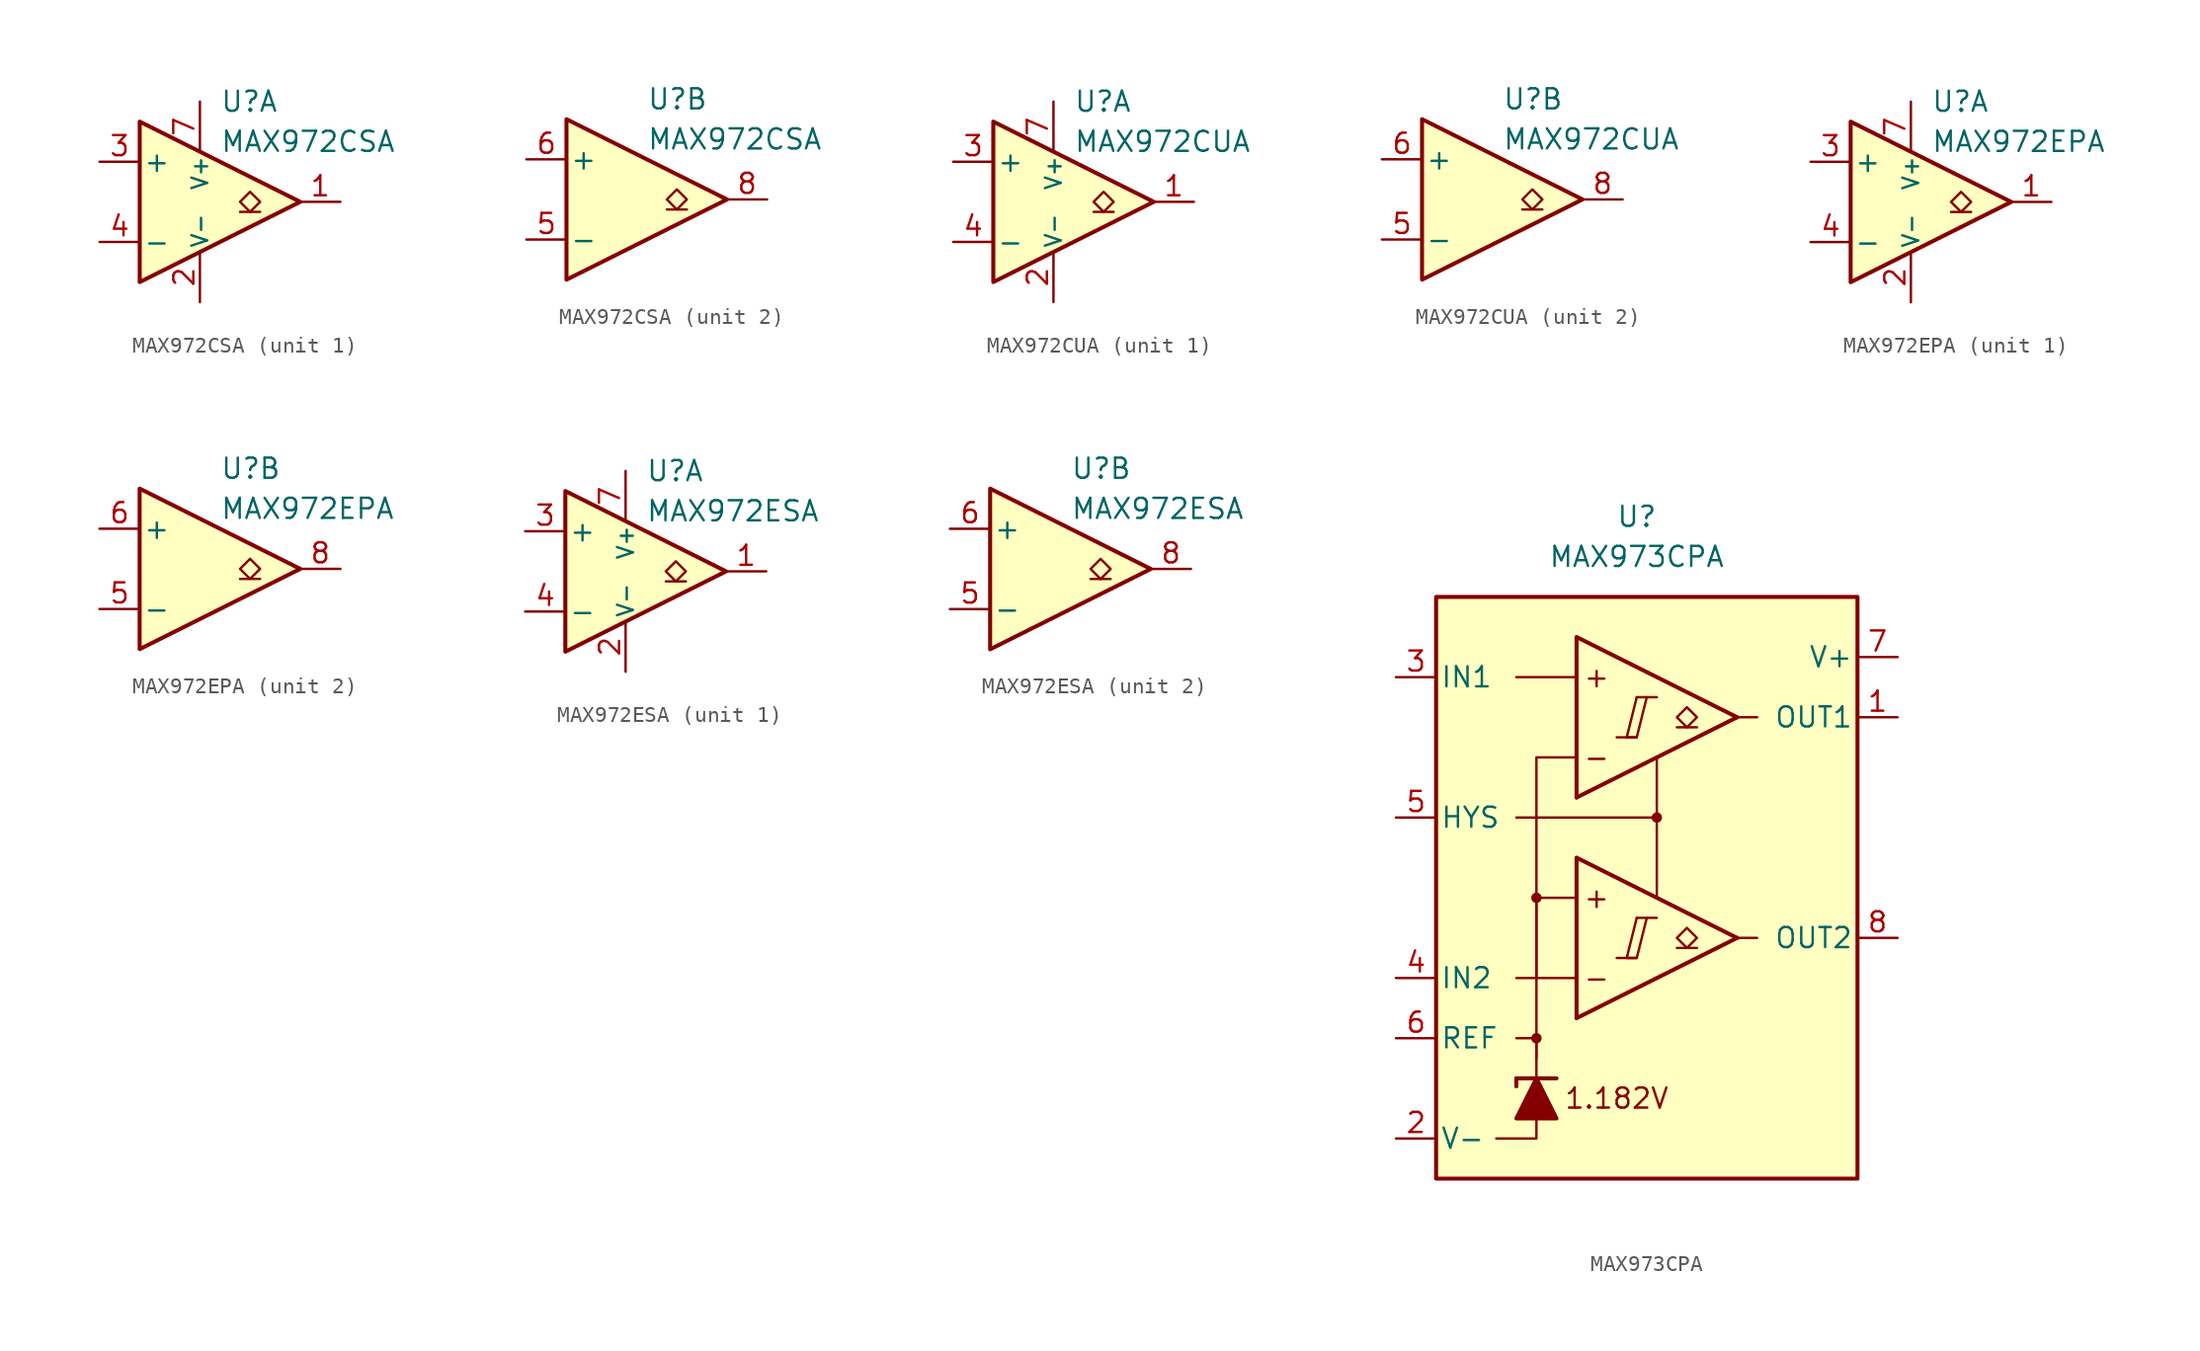
<source format=kicad_sym>
(kicad_symbol_lib
  (version 20231120)
  (generator "kicad_symbol_editor")
  (generator_version "8.0")
  (symbol "MAX972CSA"
    (pin_names
      (offset 0.2))
    (property "Reference" "U"
      (at 1.27 6.35 0)
      (effects (font (size 1.27 1.27)) (justify left)))
    (property "Value" "MAX972CSA"
      (at 1.27 3.81 0)
      (effects (font (size 1.27 1.27)) (justify left)))
    (property "ki_locked" ""
      (at 0 0 0)
      (effects (font (size 1.27 1.27))))
    (symbol "MAX972CSA_0_1"
      (polyline (pts (xy -3.81 5.08) (xy -3.81 -5.08) (xy 6.35 0) (xy -3.81 5.08)) (stroke (width 0.254) (type default)) (fill (type background))))
    (symbol "MAX972CSA_1_1"
      (polyline (pts (xy 3.81 -0.635) (xy 2.54 -0.635)) (stroke (width 0.152) (type default)) (fill (type none)))
      (polyline (pts (xy 3.175 -0.635) (xy 2.54 0) (xy 3.175 0.635) (xy 3.81 0) (xy 3.175 -0.635)) (stroke (width 0.152) (type default)) (fill (type none)))
      (pin output line (at 8.89 0 180) (length 2.54) (name "~" (effects (font (size 1.27 1.27)))) (number "1" (effects (font (size 1.27 1.27)))))
      (pin power_in line (at 0 -6.35 90) (length 3.18) (name "V-" (effects (font (size 1 1)))) (number "2" (effects (font (size 1.27 1.27)))))
      (pin input line (at -6.35 2.54 0) (length 2.54) (name "+" (effects (font (size 1.27 1.27)))) (number "3" (effects (font (size 1.27 1.27)))))
      (pin input line (at -6.35 -2.54 0) (length 2.54) (name "-" (effects (font (size 1.27 1.27)))) (number "4" (effects (font (size 1.27 1.27)))))
      (pin power_in line (at 0 6.35 270) (length 3.18) (name "V+" (effects (font (size 1 1)))) (number "7" (effects (font (size 1.27 1.27))))))
    (symbol "MAX972CSA_2_1"
      (polyline (pts (xy 3.81 -0.635) (xy 2.54 -0.635)) (stroke (width 0.152) (type default)) (fill (type none)))
      (polyline (pts (xy 3.175 -0.635) (xy 2.54 0) (xy 3.175 0.635) (xy 3.81 0) (xy 3.175 -0.635)) (stroke (width 0.152) (type default)) (fill (type none)))
      (pin input line (at -6.35 -2.54 0) (length 2.54) (name "-" (effects (font (size 1.27 1.27)))) (number "5" (effects (font (size 1.27 1.27)))))
      (pin input line (at -6.35 2.54 0) (length 2.54) (name "+" (effects (font (size 1.27 1.27)))) (number "6" (effects (font (size 1.27 1.27)))))
      (pin output line (at 8.89 0 180) (length 2.54) (name "~" (effects (font (size 1.27 1.27)))) (number "8" (effects (font (size 1.27 1.27)))))))
  (symbol "MAX972CUA"
    (pin_names
      (offset 0.2))
    (property "Reference" "U"
      (at 1.27 6.35 0)
      (effects (font (size 1.27 1.27)) (justify left)))
    (property "Value" "MAX972CUA"
      (at 1.27 3.81 0)
      (effects (font (size 1.27 1.27)) (justify left)))
    (property "ki_locked" ""
      (at 0 0 0)
      (effects (font (size 1.27 1.27))))
    (symbol "MAX972CUA_0_1"
      (polyline (pts (xy -3.81 5.08) (xy -3.81 -5.08) (xy 6.35 0) (xy -3.81 5.08)) (stroke (width 0.254) (type default)) (fill (type background))))
    (symbol "MAX972CUA_1_1"
      (polyline (pts (xy 3.81 -0.635) (xy 2.54 -0.635)) (stroke (width 0.152) (type default)) (fill (type none)))
      (polyline (pts (xy 3.175 -0.635) (xy 2.54 0) (xy 3.175 0.635) (xy 3.81 0) (xy 3.175 -0.635)) (stroke (width 0.152) (type default)) (fill (type none)))
      (pin output line (at 8.89 0 180) (length 2.54) (name "~" (effects (font (size 1.27 1.27)))) (number "1" (effects (font (size 1.27 1.27)))))
      (pin power_in line (at 0 -6.35 90) (length 3.18) (name "V-" (effects (font (size 1 1)))) (number "2" (effects (font (size 1.27 1.27)))))
      (pin input line (at -6.35 2.54 0) (length 2.54) (name "+" (effects (font (size 1.27 1.27)))) (number "3" (effects (font (size 1.27 1.27)))))
      (pin input line (at -6.35 -2.54 0) (length 2.54) (name "-" (effects (font (size 1.27 1.27)))) (number "4" (effects (font (size 1.27 1.27)))))
      (pin power_in line (at 0 6.35 270) (length 3.18) (name "V+" (effects (font (size 1 1)))) (number "7" (effects (font (size 1.27 1.27))))))
    (symbol "MAX972CUA_2_1"
      (polyline (pts (xy 3.81 -0.635) (xy 2.54 -0.635)) (stroke (width 0.152) (type default)) (fill (type none)))
      (polyline (pts (xy 3.175 -0.635) (xy 2.54 0) (xy 3.175 0.635) (xy 3.81 0) (xy 3.175 -0.635)) (stroke (width 0.152) (type default)) (fill (type none)))
      (pin input line (at -6.35 -2.54 0) (length 2.54) (name "-" (effects (font (size 1.27 1.27)))) (number "5" (effects (font (size 1.27 1.27)))))
      (pin input line (at -6.35 2.54 0) (length 2.54) (name "+" (effects (font (size 1.27 1.27)))) (number "6" (effects (font (size 1.27 1.27)))))
      (pin output line (at 8.89 0 180) (length 2.54) (name "~" (effects (font (size 1.27 1.27)))) (number "8" (effects (font (size 1.27 1.27)))))))
  (symbol "MAX972EPA"
    (pin_names
      (offset 0.2))
    (property "Reference" "U"
      (at 1.27 6.35 0)
      (effects (font (size 1.27 1.27)) (justify left)))
    (property "Value" "MAX972EPA"
      (at 1.27 3.81 0)
      (effects (font (size 1.27 1.27)) (justify left)))
    (property "ki_locked" ""
      (at 0 0 0)
      (effects (font (size 1.27 1.27))))
    (symbol "MAX972EPA_0_1"
      (polyline (pts (xy -3.81 5.08) (xy -3.81 -5.08) (xy 6.35 0) (xy -3.81 5.08)) (stroke (width 0.254) (type default)) (fill (type background))))
    (symbol "MAX972EPA_1_1"
      (polyline (pts (xy 3.81 -0.635) (xy 2.54 -0.635)) (stroke (width 0.152) (type default)) (fill (type none)))
      (polyline (pts (xy 3.175 -0.635) (xy 2.54 0) (xy 3.175 0.635) (xy 3.81 0) (xy 3.175 -0.635)) (stroke (width 0.152) (type default)) (fill (type none)))
      (pin output line (at 8.89 0 180) (length 2.54) (name "~" (effects (font (size 1.27 1.27)))) (number "1" (effects (font (size 1.27 1.27)))))
      (pin power_in line (at 0 -6.35 90) (length 3.18) (name "V-" (effects (font (size 1 1)))) (number "2" (effects (font (size 1.27 1.27)))))
      (pin input line (at -6.35 2.54 0) (length 2.54) (name "+" (effects (font (size 1.27 1.27)))) (number "3" (effects (font (size 1.27 1.27)))))
      (pin input line (at -6.35 -2.54 0) (length 2.54) (name "-" (effects (font (size 1.27 1.27)))) (number "4" (effects (font (size 1.27 1.27)))))
      (pin power_in line (at 0 6.35 270) (length 3.18) (name "V+" (effects (font (size 1 1)))) (number "7" (effects (font (size 1.27 1.27))))))
    (symbol "MAX972EPA_2_1"
      (polyline (pts (xy 3.81 -0.635) (xy 2.54 -0.635)) (stroke (width 0.152) (type default)) (fill (type none)))
      (polyline (pts (xy 3.175 -0.635) (xy 2.54 0) (xy 3.175 0.635) (xy 3.81 0) (xy 3.175 -0.635)) (stroke (width 0.152) (type default)) (fill (type none)))
      (pin input line (at -6.35 -2.54 0) (length 2.54) (name "-" (effects (font (size 1.27 1.27)))) (number "5" (effects (font (size 1.27 1.27)))))
      (pin input line (at -6.35 2.54 0) (length 2.54) (name "+" (effects (font (size 1.27 1.27)))) (number "6" (effects (font (size 1.27 1.27)))))
      (pin output line (at 8.89 0 180) (length 2.54) (name "~" (effects (font (size 1.27 1.27)))) (number "8" (effects (font (size 1.27 1.27)))))))
  (symbol "MAX972ESA"
    (pin_names
      (offset 0.2))
    (property "Reference" "U"
      (at 1.27 6.35 0)
      (effects (font (size 1.27 1.27)) (justify left)))
    (property "Value" "MAX972ESA"
      (at 1.27 3.81 0)
      (effects (font (size 1.27 1.27)) (justify left)))
    (property "ki_locked" ""
      (at 0 0 0)
      (effects (font (size 1.27 1.27))))
    (symbol "MAX972ESA_0_1"
      (polyline (pts (xy -3.81 5.08) (xy -3.81 -5.08) (xy 6.35 0) (xy -3.81 5.08)) (stroke (width 0.254) (type default)) (fill (type background))))
    (symbol "MAX972ESA_1_1"
      (polyline (pts (xy 3.81 -0.635) (xy 2.54 -0.635)) (stroke (width 0.152) (type default)) (fill (type none)))
      (polyline (pts (xy 3.175 -0.635) (xy 2.54 0) (xy 3.175 0.635) (xy 3.81 0) (xy 3.175 -0.635)) (stroke (width 0.152) (type default)) (fill (type none)))
      (pin output line (at 8.89 0 180) (length 2.54) (name "~" (effects (font (size 1.27 1.27)))) (number "1" (effects (font (size 1.27 1.27)))))
      (pin power_in line (at 0 -6.35 90) (length 3.18) (name "V-" (effects (font (size 1 1)))) (number "2" (effects (font (size 1.27 1.27)))))
      (pin input line (at -6.35 2.54 0) (length 2.54) (name "+" (effects (font (size 1.27 1.27)))) (number "3" (effects (font (size 1.27 1.27)))))
      (pin input line (at -6.35 -2.54 0) (length 2.54) (name "-" (effects (font (size 1.27 1.27)))) (number "4" (effects (font (size 1.27 1.27)))))
      (pin power_in line (at 0 6.35 270) (length 3.18) (name "V+" (effects (font (size 1 1)))) (number "7" (effects (font (size 1.27 1.27))))))
    (symbol "MAX972ESA_2_1"
      (polyline (pts (xy 3.81 -0.635) (xy 2.54 -0.635)) (stroke (width 0.152) (type default)) (fill (type none)))
      (polyline (pts (xy 3.175 -0.635) (xy 2.54 0) (xy 3.175 0.635) (xy 3.81 0) (xy 3.175 -0.635)) (stroke (width 0.152) (type default)) (fill (type none)))
      (pin input line (at -6.35 -2.54 0) (length 2.54) (name "-" (effects (font (size 1.27 1.27)))) (number "5" (effects (font (size 1.27 1.27)))))
      (pin input line (at -6.35 2.54 0) (length 2.54) (name "+" (effects (font (size 1.27 1.27)))) (number "6" (effects (font (size 1.27 1.27)))))
      (pin output line (at 8.89 0 180) (length 2.54) (name "~" (effects (font (size 1.27 1.27)))) (number "8" (effects (font (size 1.27 1.27)))))))
  (symbol "MAX973CPA"
    (pin_names
      (offset 0.254))
    (property "Reference" "U"
      (at -1.27 22.86 0)
      (effects (font (size 1.27 1.27))))
    (property "Value" "MAX973CPA"
      (at -1.27 20.32 0)
      (effects (font (size 1.27 1.27))))
    (symbol "MAX973CPA_0_0"
      (rectangle (start -13.97 17.78) (end 12.7 -19.05) (stroke (width 0.254) (type default)) (fill (type background)))
      (circle (center -7.62 -10.16) (radius 0.254) (stroke (width 0.152) (type default)) (fill (type outline)))
      (circle (center -7.62 -1.27) (radius 0.254) (stroke (width 0.152) (type default)) (fill (type outline)))
      (polyline (pts (xy -2.54 -5.08) (xy -1.27 -5.08)) (stroke (width 0.152) (type default)) (fill (type none)))
      (polyline (pts (xy -2.54 8.89) (xy -1.27 8.89)) (stroke (width 0.152) (type default)) (fill (type none)))
      (polyline (pts (xy -1.27 -2.54) (xy 0 -2.54)) (stroke (width 0.152) (type default)) (fill (type none)))
      (polyline (pts (xy -1.27 11.43) (xy 0 11.43)) (stroke (width 0.152) (type default)) (fill (type none)))
      (polyline (pts (xy 5.08 -3.81) (xy -5.08 -8.89)) (stroke (width 0.254) (type default)) (fill (type none)))
      (polyline (pts (xy 5.08 10.16) (xy -5.08 5.08)) (stroke (width 0.254) (type default)) (fill (type none)))
      (polyline (pts (xy 5.08 -3.81) (xy -5.08 1.27) (xy -5.08 -8.89)) (stroke (width 0.254) (type default)) (fill (type background)))
      (polyline (pts (xy 5.08 10.16) (xy -5.08 15.24) (xy -5.08 5.08)) (stroke (width 0.254) (type default)) (fill (type background)))
      (polyline (pts (xy -1.27 -2.54) (xy -1.905 -5.08) (xy -1.27 -5.08) (xy -0.635 -2.54)) (stroke (width 0.152) (type default)) (fill (type none)))
      (polyline (pts (xy -1.27 11.43) (xy -1.905 8.89) (xy -1.27 8.89) (xy -0.635 11.43)) (stroke (width 0.152) (type default)) (fill (type none)))
      (circle (center 0 3.81) (radius 0.254) (stroke (width 0.152) (type default)) (fill (type outline)))
      (text "+" (at -3.81 -1.27 0) (effects (font (size 1.27 1.27))))
      (text "+" (at -3.81 12.7 0) (effects (font (size 1.27 1.27))))
      (text "-" (at -3.81 -6.35 0) (effects (font (size 1.27 1.27))))
      (text "-" (at -3.81 7.62 0) (effects (font (size 1.27 1.27))))
      (text "1.182V" (at -2.54 -13.97 0) (effects (font (size 1.27 1.27)))))
    (symbol "MAX973CPA_0_1"
      (polyline (pts (xy -8.89 -12.7) (xy -8.89 -13.208)) (stroke (width 0.254) (type default)) (fill (type none)))
      (polyline (pts (xy -8.89 -12.7) (xy -6.35 -12.7)) (stroke (width 0.254) (type default)) (fill (type none)))
      (polyline (pts (xy -5.08 -6.35) (xy -8.89 -6.35)) (stroke (width 0) (type default)) (fill (type none)))
      (polyline (pts (xy -5.08 12.7) (xy -8.89 12.7)) (stroke (width 0) (type default)) (fill (type none)))
      (polyline (pts (xy 0 3.81) (xy 0 -1.27)) (stroke (width 0) (type default)) (fill (type none)))
      (polyline (pts (xy 5.08 -3.81) (xy 6.35 -3.81)) (stroke (width 0) (type default)) (fill (type none)))
      (polyline (pts (xy 5.08 10.16) (xy 6.35 10.16)) (stroke (width 0) (type default)) (fill (type none)))
      (polyline (pts (xy -7.62 -15.24) (xy -7.62 -16.51) (xy -10.16 -16.51)) (stroke (width 0) (type default)) (fill (type none)))
      (polyline (pts (xy -7.62 -12.7) (xy -7.62 -10.16) (xy -8.89 -10.16)) (stroke (width 0) (type default)) (fill (type none)))
      (polyline (pts (xy -7.62 -11.43) (xy -7.62 -1.27) (xy -5.08 -1.27)) (stroke (width 0) (type default)) (fill (type none)))
      (polyline (pts (xy -7.62 -6.35) (xy -7.62 7.62) (xy -5.08 7.62)) (stroke (width 0) (type default)) (fill (type none)))
      (polyline (pts (xy 0 7.62) (xy 0 3.81) (xy -8.89 3.81)) (stroke (width 0) (type default)) (fill (type none)))
      (polyline (pts (xy -6.35 -15.24) (xy -8.89 -15.24) (xy -7.62 -12.7) (xy -6.35 -15.24)) (stroke (width 0.254) (type default)) (fill (type outline))))
    (symbol "MAX973CPA_1_1"
      (polyline (pts (xy 2.54 -4.445) (xy 1.27 -4.445)) (stroke (width 0.152) (type default)) (fill (type none)))
      (polyline (pts (xy 2.54 9.525) (xy 1.27 9.525)) (stroke (width 0.152) (type default)) (fill (type none)))
      (polyline (pts (xy 1.905 -4.445) (xy 1.27 -3.81) (xy 1.905 -3.175) (xy 2.54 -3.81) (xy 1.905 -4.445)) (stroke (width 0.152) (type default)) (fill (type none)))
      (polyline (pts (xy 1.905 9.525) (xy 1.27 10.16) (xy 1.905 10.795) (xy 2.54 10.16) (xy 1.905 9.525)) (stroke (width 0.152) (type default)) (fill (type none)))
      (pin output line (at 15.24 10.16 180) (length 2.54) (name "OUT1" (effects (font (size 1.27 1.27)))) (number "1" (effects (font (size 1.27 1.27)))))
      (pin power_in line (at -16.51 -16.51 0) (length 2.54) (name "V-" (effects (font (size 1.27 1.27)))) (number "2" (effects (font (size 1.27 1.27)))))
      (pin input line (at -16.51 12.7 0) (length 2.54) (name "IN1" (effects (font (size 1.27 1.27)))) (number "3" (effects (font (size 1.27 1.27)))))
      (pin input line (at -16.51 -6.35 0) (length 2.54) (name "IN2" (effects (font (size 1.27 1.27)))) (number "4" (effects (font (size 1.27 1.27)))))
      (pin input line (at -16.51 3.81 0) (length 2.54) (name "HYS" (effects (font (size 1.27 1.27)))) (number "5" (effects (font (size 1.27 1.27)))))
      (pin output line (at -16.51 -10.16 0) (length 2.54) (name "REF" (effects (font (size 1.27 1.27)))) (number "6" (effects (font (size 1.27 1.27)))))
      (pin power_in line (at 15.24 13.97 180) (length 2.54) (name "V+" (effects (font (size 1.27 1.27)))) (number "7" (effects (font (size 1.27 1.27)))))
      (pin output line (at 15.24 -3.81 180) (length 2.54) (name "OUT2" (effects (font (size 1.27 1.27)))) (number "8" (effects (font (size 1.27 1.27))))))))
</source>
